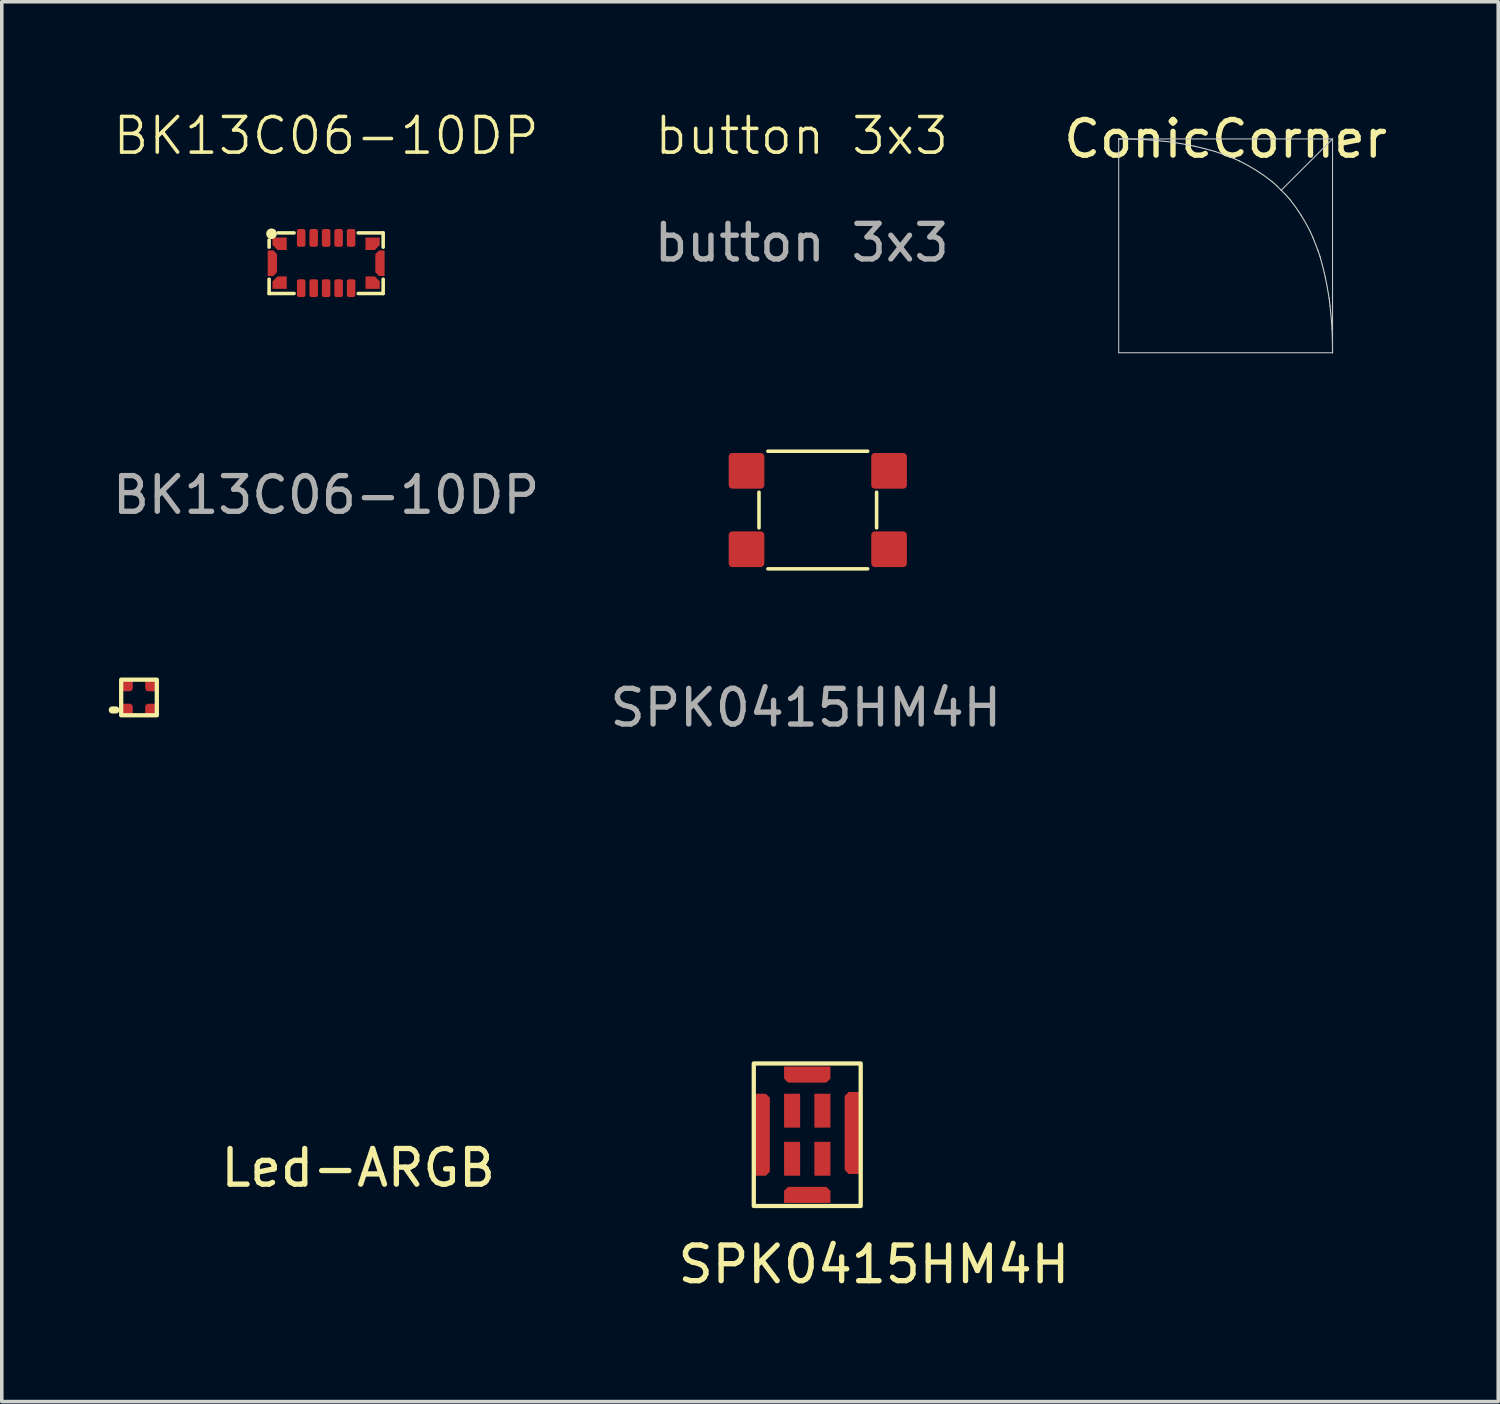
<source format=kicad_pcb>
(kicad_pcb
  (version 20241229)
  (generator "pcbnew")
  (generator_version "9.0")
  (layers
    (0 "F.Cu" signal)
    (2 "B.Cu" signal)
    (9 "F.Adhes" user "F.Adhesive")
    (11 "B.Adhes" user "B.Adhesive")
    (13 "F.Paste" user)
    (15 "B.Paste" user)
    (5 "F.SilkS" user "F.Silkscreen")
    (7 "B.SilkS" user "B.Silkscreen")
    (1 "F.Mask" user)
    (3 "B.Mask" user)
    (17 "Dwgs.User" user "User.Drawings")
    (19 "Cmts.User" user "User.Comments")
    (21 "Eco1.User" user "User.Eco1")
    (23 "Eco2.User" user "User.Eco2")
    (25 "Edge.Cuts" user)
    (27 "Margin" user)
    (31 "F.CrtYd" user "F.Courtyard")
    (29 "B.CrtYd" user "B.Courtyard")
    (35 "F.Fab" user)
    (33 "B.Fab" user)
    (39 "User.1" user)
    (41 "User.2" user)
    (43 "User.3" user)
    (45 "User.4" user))
  (footprint "ConicCorner"
    (layer "F.Cu")
    (at 32.339 0.848)
    (property "Reference" "ConicCorner" (at -1 0 0) (unlocked yes) (layer "F.SilkS") (effects (font (size 1 1) (thickness 0.15))))
    (fp_line (start -4 0) (end 2 0) (stroke (width 0.03) (type solid)) (layer "Dwgs.User"))
    (fp_line (start -4 6) (end -4 0) (stroke (width 0.03) (type solid)) (layer "Dwgs.User"))
    (fp_line (start 2 0) (end 0.56 1.44) (stroke (width 0.03) (type solid)) (layer "Dwgs.User"))
    (fp_line (start 2 0) (end 2 6) (stroke (width 0.03) (type solid)) (layer "Dwgs.User"))
    (fp_line (start 2 6) (end -4 6) (stroke (width 0.03) (type solid)) (layer "Dwgs.User"))
    (fp_line (start -3.11 0.03) (end -3.326 0.015) (stroke (width 0.03) (type solid)) (layer "Edge.Cuts"))
    (fp_line (start -2.477 0.095) (end -2.685 0.07) (stroke (width 0.03) (type solid)) (layer "Edge.Cuts"))
    (fp_line (start -1.128 0.41) (end -1.308 0.349) (stroke (width 0.03) (type solid)) (layer "Edge.Cuts"))
    (fp_line (start -0.608 0.62) (end -0.778 0.546) (stroke (width 0.03) (type solid)) (layer "Edge.Cuts"))
    (fp_line (start 0.435 1.315) (end 0.302 1.197) (stroke (width 0.03) (type solid)) (layer "Edge.Cuts"))
    (fp_line (start 0.435 1.315) (end 0.56 1.44) (stroke (width 0.03) (type solid)) (layer "Edge.Cuts"))
    (fp_line (start 0.685 1.565) (end 0.56 1.44) (stroke (width 0.03) (type solid)) (layer "Edge.Cuts"))
    (fp_line (start 0.685 1.565) (end 0.803 1.698) (stroke (width 0.03) (type solid)) (layer "Edge.Cuts"))
    (fp_line (start 1.38 2.61) (end 1.454 2.778) (stroke (width 0.03) (type solid)) (layer "Edge.Cuts"))
    (fp_line (start 1.59 3.128) (end 1.651 3.308) (stroke (width 0.03) (type solid)) (layer "Edge.Cuts"))
    (fp_line (start 1.905 4.477) (end 1.93 4.685) (stroke (width 0.03) (type solid)) (layer "Edge.Cuts"))
    (fp_line (start 1.97 5.11) (end 1.985 5.326) (stroke (width 0.03) (type solid)) (layer "Edge.Cuts"))
    (fp_curve (pts (xy -4 0) (xy -3.771 0) (xy -3.547 0.005) (xy -3.326 0.015)) (stroke (width 0.03) (type solid)) (layer "Edge.Cuts"))
    (fp_curve (pts (xy -3.11 0.03) (xy -2.897 0.05) (xy -2.897 0.05) (xy -2.685 0.07)) (stroke (width 0.03) (type solid)) (layer "Edge.Cuts"))
    (fp_curve (pts (xy -2.477 0.095) (xy -2.273 0.126) (xy -2.073 0.162) (xy -1.878 0.204)) (stroke (width 0.03) (type solid)) (layer "Edge.Cuts"))
    (fp_curve (pts (xy -1.878 0.204) (xy -1.684 0.247) (xy -1.493 0.295) (xy -1.308 0.349)) (stroke (width 0.03) (type solid)) (layer "Edge.Cuts"))
    (fp_curve (pts (xy -1.128 0.41) (xy -0.953 0.478) (xy -0.953 0.478) (xy -0.778 0.546)) (stroke (width 0.03) (type solid)) (layer "Edge.Cuts"))
    (fp_curve (pts (xy -0.608 0.62) (xy -0.444 0.702) (xy -0.286 0.79) (xy -0.134 0.887)) (stroke (width 0.03) (type solid)) (layer "Edge.Cuts"))
    (fp_curve (pts (xy -0.134 0.887) (xy 0.018 0.983) (xy 0.163 1.086) (xy 0.302 1.197)) (stroke (width 0.03) (type solid)) (layer "Edge.Cuts"))
    (fp_curve (pts (xy 0.803 1.698) (xy 0.914 1.837) (xy 1.017 1.982) (xy 1.113 2.134)) (stroke (width 0.03) (type solid)) (layer "Edge.Cuts"))
    (fp_curve (pts (xy 1.113 2.134) (xy 1.21 2.286) (xy 1.298 2.444) (xy 1.38 2.608)) (stroke (width 0.03) (type solid)) (layer "Edge.Cuts"))
    (fp_curve (pts (xy 1.454 2.778) (xy 1.522 2.953) (xy 1.522 2.953) (xy 1.59 3.128)) (stroke (width 0.03) (type solid)) (layer "Edge.Cuts"))
    (fp_curve (pts (xy 1.651 3.308) (xy 1.705 3.493) (xy 1.753 3.684) (xy 1.796 3.878)) (stroke (width 0.03) (type solid)) (layer "Edge.Cuts"))
    (fp_curve (pts (xy 1.796 3.878) (xy 1.838 4.073) (xy 1.874 4.273) (xy 1.905 4.477)) (stroke (width 0.03) (type solid)) (layer "Edge.Cuts"))
    (fp_curve (pts (xy 1.93 4.685) (xy 1.95 4.897) (xy 1.95 4.897) (xy 1.97 5.11)) (stroke (width 0.03) (type solid)) (layer "Edge.Cuts"))
    (fp_curve (pts (xy 1.985 5.326) (xy 1.995 5.547) (xy 2 5.771) (xy 2 6)) (stroke (width 0.03) (type solid)) (layer "Edge.Cuts")))
  (footprint "button 3x3"
    (layer "F.Cu")
    (at 19.896 11.261)
    (property "Reference" "button 3x3" (at -0.45 -10.5 0) (unlocked yes) (layer "F.SilkS") (effects (font (size 1 1) (thickness 0.1))))
    (attr smd)
    (fp_line (start -1.65 -0.5) (end -1.65 0.5) (stroke (width 0.1) (type default)) (layer "F.SilkS"))
    (fp_line (start -1.4 -1.65) (end 1.4 -1.65) (stroke (width 0.1) (type default)) (layer "F.SilkS"))
    (fp_line (start -1.4 1.65) (end 1.4 1.65) (stroke (width 0.1) (type default)) (layer "F.SilkS"))
    (fp_line (start 1.65 -0.5) (end 1.65 0.5) (stroke (width 0.1) (type default)) (layer "F.SilkS"))
    (fp_text user "${REFERENCE}" (at -0.45 -7.5 0) (unlocked yes) (layer "F.Fab") (effects (font (size 1 1) (thickness 0.15))))
    (pad "1" smd roundrect (at -2 -1.1) (size 1 1) (layers "F.Cu" "F.Mask" "F.Paste") (roundrect_rratio 0.1))
    (pad "1" smd roundrect (at 2 -1.1) (size 1 1) (layers "F.Cu" "F.Mask" "F.Paste") (roundrect_rratio 0.1))
    (pad "2" smd roundrect (at -2 1.1) (size 1 1) (layers "F.Cu" "F.Mask" "F.Paste") (roundrect_rratio 0.1))
    (pad "2" smd roundrect (at 2 1.1) (size 1 1) (layers "F.Cu" "F.Mask" "F.Paste") (roundrect_rratio 0.1)))
  (footprint "BK13C06-10DP"
    (layer "F.Cu")
    (at 6.101 4.335)
    (property "Reference" "BK13C06-10DP" (at 0 -3.575 0) (unlocked yes) (layer "F.SilkS") (effects (font (size 1 1) (thickness 0.1))))
    (attr smd)
    (fp_line (start -1.6 -0.65) (end -1.6 -0.45) (stroke (width 0.1) (type default)) (layer "F.SilkS"))
    (fp_line (start -1.6 0.45) (end -1.6 0.85) (stroke (width 0.1) (type default)) (layer "F.SilkS"))
    (fp_line (start -0.9 -0.85) (end -1.35 -0.85) (stroke (width 0.1) (type default)) (layer "F.SilkS"))
    (fp_line (start -0.9 0.85) (end -1.6 0.85) (stroke (width 0.1) (type default)) (layer "F.SilkS"))
    (fp_line (start 0.9 -0.85) (end 1.6 -0.85) (stroke (width 0.1) (type default)) (layer "F.SilkS"))
    (fp_line (start 0.9 0.85) (end 1.6 0.85) (stroke (width 0.1) (type default)) (layer "F.SilkS"))
    (fp_line (start 1.6 -0.45) (end 1.6 -0.85) (stroke (width 0.1) (type default)) (layer "F.SilkS"))
    (fp_line (start 1.6 0.85) (end 1.6 0.45) (stroke (width 0.1) (type default)) (layer "F.SilkS"))
    (fp_circle (center -1.533 -0.826) (end -1.533 -0.826) (stroke (width 0.15) (type default)) (fill no) (layer "F.SilkS"))
    (fp_text user "${REFERENCE}" (at 0 6.505 0) (unlocked yes) (layer "F.Fab") (effects (font (size 1 1) (thickness 0.15))))
    (pad "1" smd roundrect (at -0.7 -0.71) (size 0.24 0.5) (layers "F.Cu" "F.Mask" "F.Paste") (roundrect_rratio 0.25))
    (pad "2" smd roundrect (at -0.35 -0.71) (size 0.24 0.5) (layers "F.Cu" "F.Mask" "F.Paste") (roundrect_rratio 0.25))
    (pad "3" smd roundrect (at 0 -0.71) (size 0.24 0.5) (layers "F.Cu" "F.Mask" "F.Paste") (roundrect_rratio 0.25))
    (pad "4" smd roundrect (at 0.35 -0.71) (size 0.24 0.5) (layers "F.Cu" "F.Mask" "F.Paste") (roundrect_rratio 0.25))
    (pad "5" smd roundrect (at 0.7 -0.71) (size 0.24 0.5) (layers "F.Cu" "F.Mask" "F.Paste") (roundrect_rratio 0.25))
    (pad "6" smd roundrect (at -0.7 0.7) (size 0.24 0.5) (layers "F.Cu" "F.Mask" "F.Paste") (roundrect_rratio 0.25))
    (pad "7" smd roundrect (at -0.35 0.7) (size 0.24 0.5) (layers "F.Cu" "F.Mask" "F.Paste") (roundrect_rratio 0.25))
    (pad "8" smd roundrect (at 0 0.7) (size 0.24 0.5) (layers "F.Cu" "F.Mask" "F.Paste") (roundrect_rratio 0.25))
    (pad "9" smd roundrect (at 0.35 0.7) (size 0.24 0.5) (layers "F.Cu" "F.Mask" "F.Paste") (roundrect_rratio 0.25))
    (pad "10" smd roundrect (at 0.7 0.7) (size 0.24 0.5) (layers "F.Cu" "F.Mask" "F.Paste") (roundrect_rratio 0.25))
    (pad "11" smd roundrect (at -1.305 -0.545 180) (size 0.4 0.35) (layers "F.Cu" "F.Mask" "F.Paste") (roundrect_rratio 0) (chamfer_ratio 0.4) (chamfer top_right))
    (pad "12" smd roundrect (at -1.51 0) (size 0.26 0.72) (layers "F.Cu" "F.Mask" "F.Paste") (roundrect_rratio 0) (chamfer_ratio 0.4) (chamfer top_right bottom_right))
    (pad "13" smd roundrect (at -1.305 0.545) (size 0.4 0.35) (layers "F.Cu" "F.Mask" "F.Paste") (roundrect_rratio 0) (chamfer_ratio 0.4) (chamfer top_left))
    (pad "14" smd roundrect (at 1.305 -0.545 180) (size 0.4 0.35) (layers "F.Cu" "F.Mask" "F.Paste") (roundrect_rratio 0) (chamfer_ratio 0.4) (chamfer top_left))
    (pad "15" smd roundrect (at 1.51 0) (size 0.26 0.72) (layers "F.Cu" "F.Mask" "F.Paste") (roundrect_rratio 0) (chamfer_ratio 0.4) (chamfer top_left bottom_left))
    (pad "16" smd roundrect (at 1.305 0.545) (size 0.4 0.35) (layers "F.Cu" "F.Mask" "F.Paste") (roundrect_rratio 0) (chamfer_ratio 0.4) (chamfer top_right)))
  (footprint "Led-ARGB"
    (layer "F.Cu")
    (at 0.85 16.52)
    (property "Reference" "Led-ARGB" (at 6.15 13.2 0) (unlocked yes) (layer "F.SilkS") (effects (font (size 1 1) (thickness 0.15))))
    (attr smd)
    (fp_line (start -0.65 0.35) (end -0.75 0.35) (stroke (width 0.2) (type solid)) (layer "F.SilkS"))
    (fp_rect (start -0.5 -0.5) (end 0.5 0.5) (stroke (width 0.12) (type solid)) (fill no) (layer "F.SilkS"))
    (pad "1" smd roundrect (at -0.35 -0.35) (size 0.35 0.35) (layers "F.Cu" "F.Mask" "F.Paste") (roundrect_rratio 0.25))
    (pad "2" smd roundrect (at 0.35 -0.35) (size 0.35 0.35) (layers "F.Cu" "F.Mask" "F.Paste") (roundrect_rratio 0.25))
    (pad "3" smd roundrect (at -0.35 0.35) (size 0.35 0.35) (layers "F.Cu" "F.Mask" "F.Paste") (roundrect_rratio 0.25))
    (pad "4" smd roundrect (at 0.35 0.35) (size 0.35 0.35) (layers "F.Cu" "F.Mask" "F.Paste") (roundrect_rratio 0.25)))
  (footprint "SPK0415HM4H"
    (layer "F.Cu")
    (at 19.6 28.789)
    (property "Reference" "SPK0415HM4H" (at 1.87 3.64 0) (unlocked yes) (layer "F.SilkS") (effects (font (size 1 1) (thickness 0.15))))
    (attr smd)
    (fp_rect (start -1.5 -2) (end 1.5 2) (stroke (width 0.12) (type solid)) (fill no) (layer "F.SilkS"))
    (fp_text user "${REFERENCE}" (at -0.04 -11.98 0) (unlocked yes) (layer "F.Fab") (effects (font (size 1 1) (thickness 0.15))))
    (pad "1" smd roundrect (at 0.425 0.675 180) (size 0.45 0.95) (layers "F.Cu" "F.Mask" "F.Paste") (roundrect_rratio 0) (chamfer_ratio 0.25) (chamfer))
    (pad "2" smd roundrect (at 0.425 -0.675 180) (size 0.45 0.95) (layers "F.Cu" "F.Mask" "F.Paste") (roundrect_rratio 0) (chamfer_ratio 0.25) (chamfer))
    (pad "3" smd roundrect (at -0.425 -0.675 180) (size 0.45 0.95) (layers "F.Cu" "F.Mask" "F.Paste") (roundrect_rratio 0) (chamfer_ratio 0.25) (chamfer))
    (pad "4" smd roundrect (at -0.425 0.675 180) (size 0.45 0.95) (layers "F.Cu" "F.Mask" "F.Paste") (roundrect_rratio 0) (chamfer_ratio 0.25) (chamfer))
    (pad "5" smd roundrect (at 0 1.688 270) (size 0.45 1.3) (layers "F.Cu" "F.Mask" "F.Paste") (roundrect_rratio 0) (chamfer_ratio 0.25) (chamfer top_left bottom_left))
    (pad "6" smd roundrect (at 1.275 -0.05) (size 0.45 2.3) (layers "F.Cu" "F.Mask" "F.Paste") (roundrect_rratio 0) (chamfer_ratio 0.25) (chamfer top_left bottom_left))
    (pad "7" smd roundrect (at 0 -1.688 90) (size 0.45 1.3) (layers "F.Cu" "F.Mask" "F.Paste") (roundrect_rratio 0) (chamfer_ratio 0.25) (chamfer top_left bottom_left))
    (pad "8" smd roundrect (at -1.275 0 180) (size 0.45 2.3) (layers "F.Cu" "F.Mask" "F.Paste") (roundrect_rratio 0) (chamfer_ratio 0.25) (chamfer top_left bottom_left)))
  (gr_rect
    (start -3 -3)
    (end 38.988 36.277)
    (stroke (width 0.1) (type default))
    (fill no)
    (layer "Edge.Cuts")))
</source>
